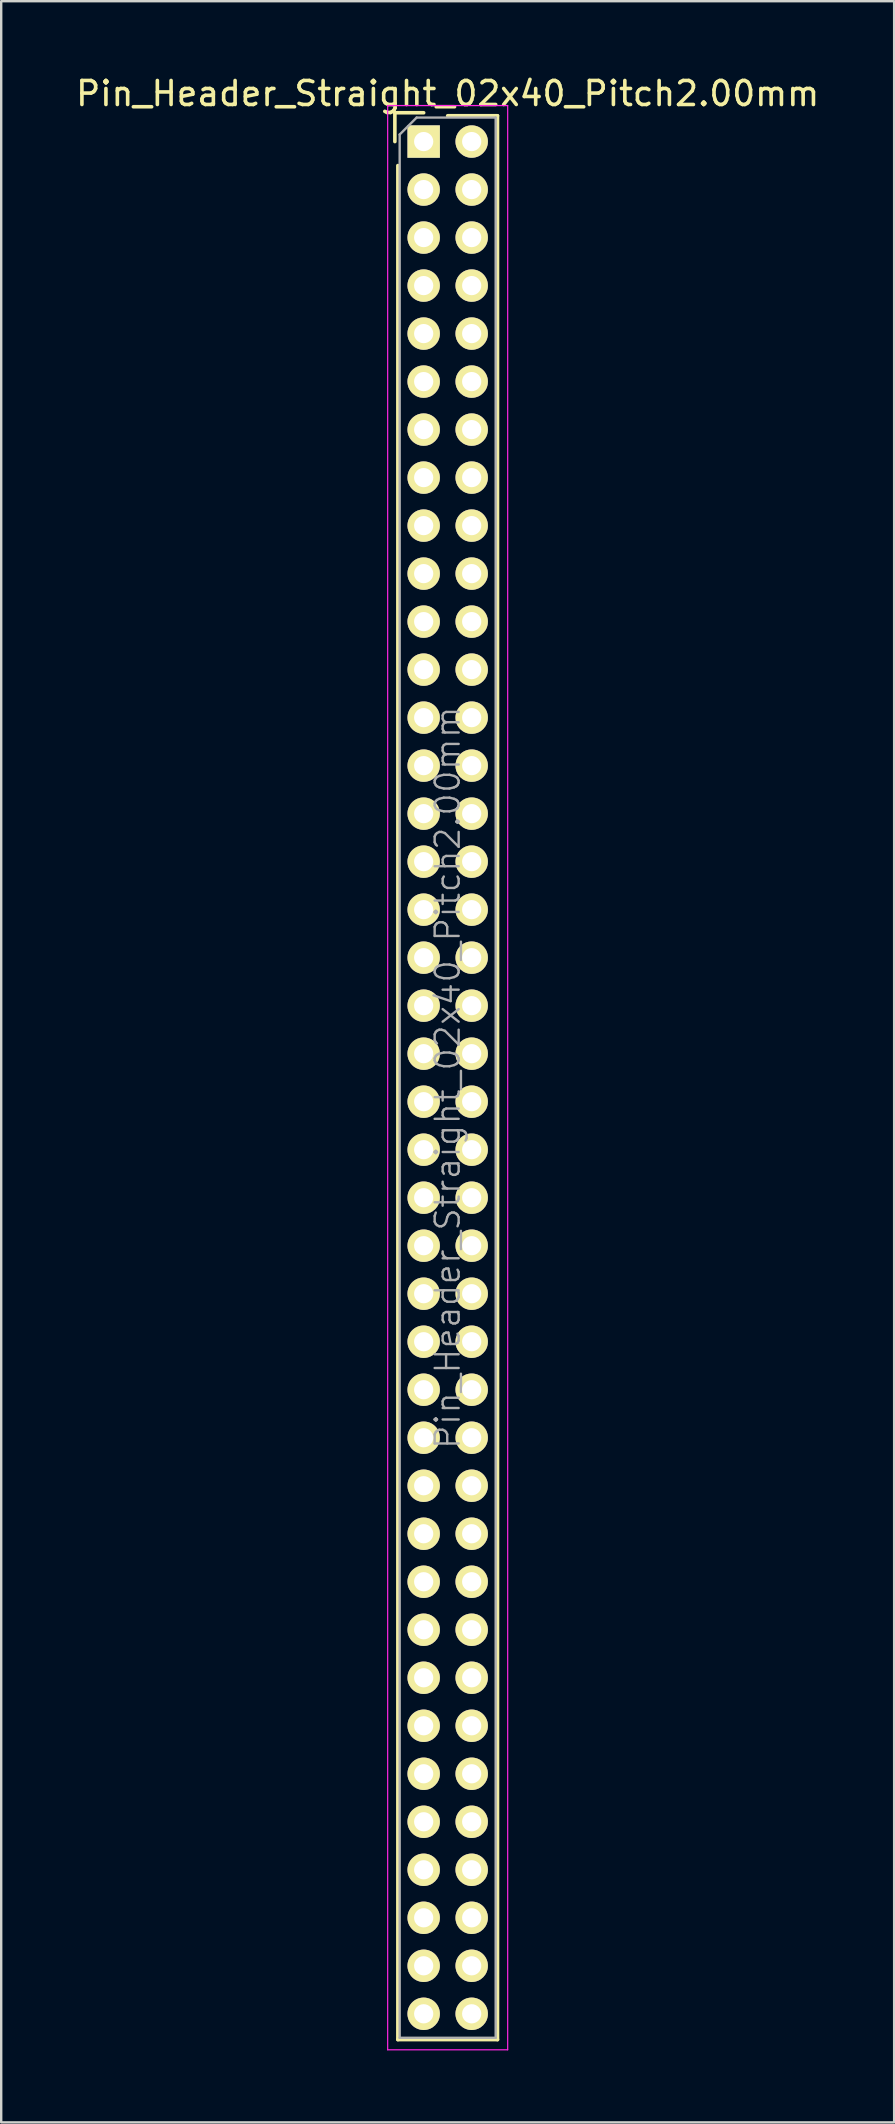
<source format=kicad_pcb>
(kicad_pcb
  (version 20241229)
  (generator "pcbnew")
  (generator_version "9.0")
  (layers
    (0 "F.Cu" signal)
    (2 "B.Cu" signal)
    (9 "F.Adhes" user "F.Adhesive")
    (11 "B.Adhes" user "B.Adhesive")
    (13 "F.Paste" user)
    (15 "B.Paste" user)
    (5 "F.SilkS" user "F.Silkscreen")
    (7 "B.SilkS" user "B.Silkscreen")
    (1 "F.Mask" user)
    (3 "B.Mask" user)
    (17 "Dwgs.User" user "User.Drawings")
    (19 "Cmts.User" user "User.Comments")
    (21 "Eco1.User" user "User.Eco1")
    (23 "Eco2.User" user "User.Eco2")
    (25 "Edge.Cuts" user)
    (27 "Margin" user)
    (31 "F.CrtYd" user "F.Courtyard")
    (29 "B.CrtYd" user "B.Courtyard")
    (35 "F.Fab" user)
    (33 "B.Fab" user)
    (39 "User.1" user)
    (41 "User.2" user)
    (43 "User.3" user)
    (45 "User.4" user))
  (footprint "Pin_Header_Straight_02x40_Pitch2.00mm"
    (layer "F.Cu")
    (at 14.601 2.848)
    (property "Reference" "Pin_Header_Straight_02x40_Pitch2.00mm" (at 1 -2 0) (layer "F.SilkS") (effects (font (size 1 1) (thickness 0.15))))
    (attr smd)
    (fp_line (start -1.2 -1.2) (end -1.2 0) (stroke (width 0.15) (type solid)) (layer "F.SilkS"))
    (fp_line (start -1.2 -1.2) (end 0 -1.2) (stroke (width 0.15) (type solid)) (layer "F.SilkS"))
    (fp_line (start -1.075 1) (end -1.075 79.075) (stroke (width 0.15) (type solid)) (layer "F.SilkS"))
    (fp_line (start -1.075 79.075) (end 3.075 79.075) (stroke (width 0.15) (type solid)) (layer "F.SilkS"))
    (fp_line (start 1 -1.075) (end 3.075 -1.075) (stroke (width 0.15) (type solid)) (layer "F.SilkS"))
    (fp_line (start 3.075 -1.075) (end 3.075 79.075) (stroke (width 0.15) (type solid)) (layer "F.SilkS"))
    (fp_line (start -1.5 -1.5) (end -1.5 79.5) (stroke (width 0.05) (type solid)) (layer "F.CrtYd"))
    (fp_line (start 3.5 -1.5) (end -1.5 -1.5) (stroke (width 0.05) (type solid)) (layer "F.CrtYd"))
    (fp_line (start 3.5 -1.5) (end 3.5 79.5) (stroke (width 0.05) (type solid)) (layer "F.CrtYd"))
    (fp_line (start 3.5 79.5) (end -1.5 79.5) (stroke (width 0.05) (type solid)) (layer "F.CrtYd"))
    (fp_line (start -1 -0.293) (end -0.293 -1) (stroke (width 0.1) (type solid)) (layer "F.Fab"))
    (fp_line (start -1 79) (end -1 -0.293) (stroke (width 0.1) (type solid)) (layer "F.Fab"))
    (fp_line (start 3 -1) (end -0.293 -1) (stroke (width 0.1) (type solid)) (layer "F.Fab"))
    (fp_line (start 3 79) (end -1 79) (stroke (width 0.1) (type solid)) (layer "F.Fab"))
    (fp_line (start 3 79) (end 3 -1) (stroke (width 0.1) (type solid)) (layer "F.Fab"))
    (fp_text user "${REFERENCE}" (at 1 39 90) (layer "F.Fab") (effects (font (size 1 1) (thickness 0.1))))
    (pad "1" thru_hole rect (at 0 0) (size 1.35 1.35) (drill 0.8) (layers "*.Cu" "*.Mask" "F.SilkS"))
    (pad "2" thru_hole oval (at 2 0) (size 1.35 1.35) (drill 0.8) (layers "*.Cu" "*.Mask" "F.SilkS"))
    (pad "3" thru_hole oval (at 0 2) (size 1.35 1.35) (drill 0.8) (layers "*.Cu" "*.Mask" "F.SilkS"))
    (pad "4" thru_hole oval (at 2 2) (size 1.35 1.35) (drill 0.8) (layers "*.Cu" "*.Mask" "F.SilkS"))
    (pad "5" thru_hole oval (at 0 4) (size 1.35 1.35) (drill 0.8) (layers "*.Cu" "*.Mask" "F.SilkS"))
    (pad "6" thru_hole oval (at 2 4) (size 1.35 1.35) (drill 0.8) (layers "*.Cu" "*.Mask" "F.SilkS"))
    (pad "7" thru_hole oval (at 0 6) (size 1.35 1.35) (drill 0.8) (layers "*.Cu" "*.Mask" "F.SilkS"))
    (pad "8" thru_hole oval (at 2 6) (size 1.35 1.35) (drill 0.8) (layers "*.Cu" "*.Mask" "F.SilkS"))
    (pad "9" thru_hole oval (at 0 8) (size 1.35 1.35) (drill 0.8) (layers "*.Cu" "*.Mask" "F.SilkS"))
    (pad "10" thru_hole oval (at 2 8) (size 1.35 1.35) (drill 0.8) (layers "*.Cu" "*.Mask" "F.SilkS"))
    (pad "11" thru_hole oval (at 0 10) (size 1.35 1.35) (drill 0.8) (layers "*.Cu" "*.Mask" "F.SilkS"))
    (pad "12" thru_hole oval (at 2 10) (size 1.35 1.35) (drill 0.8) (layers "*.Cu" "*.Mask" "F.SilkS"))
    (pad "13" thru_hole oval (at 0 12) (size 1.35 1.35) (drill 0.8) (layers "*.Cu" "*.Mask" "F.SilkS"))
    (pad "14" thru_hole oval (at 2 12) (size 1.35 1.35) (drill 0.8) (layers "*.Cu" "*.Mask" "F.SilkS"))
    (pad "15" thru_hole oval (at 0 14) (size 1.35 1.35) (drill 0.8) (layers "*.Cu" "*.Mask" "F.SilkS"))
    (pad "16" thru_hole oval (at 2 14) (size 1.35 1.35) (drill 0.8) (layers "*.Cu" "*.Mask" "F.SilkS"))
    (pad "17" thru_hole oval (at 0 16) (size 1.35 1.35) (drill 0.8) (layers "*.Cu" "*.Mask" "F.SilkS"))
    (pad "18" thru_hole oval (at 2 16) (size 1.35 1.35) (drill 0.8) (layers "*.Cu" "*.Mask" "F.SilkS"))
    (pad "19" thru_hole oval (at 0 18) (size 1.35 1.35) (drill 0.8) (layers "*.Cu" "*.Mask" "F.SilkS"))
    (pad "20" thru_hole oval (at 2 18) (size 1.35 1.35) (drill 0.8) (layers "*.Cu" "*.Mask" "F.SilkS"))
    (pad "21" thru_hole oval (at 0 20) (size 1.35 1.35) (drill 0.8) (layers "*.Cu" "*.Mask" "F.SilkS"))
    (pad "22" thru_hole oval (at 2 20) (size 1.35 1.35) (drill 0.8) (layers "*.Cu" "*.Mask" "F.SilkS"))
    (pad "23" thru_hole oval (at 0 22) (size 1.35 1.35) (drill 0.8) (layers "*.Cu" "*.Mask" "F.SilkS"))
    (pad "24" thru_hole oval (at 2 22) (size 1.35 1.35) (drill 0.8) (layers "*.Cu" "*.Mask" "F.SilkS"))
    (pad "25" thru_hole oval (at 0 24) (size 1.35 1.35) (drill 0.8) (layers "*.Cu" "*.Mask" "F.SilkS"))
    (pad "26" thru_hole oval (at 2 24) (size 1.35 1.35) (drill 0.8) (layers "*.Cu" "*.Mask" "F.SilkS"))
    (pad "27" thru_hole oval (at 0 26) (size 1.35 1.35) (drill 0.8) (layers "*.Cu" "*.Mask" "F.SilkS"))
    (pad "28" thru_hole oval (at 2 26) (size 1.35 1.35) (drill 0.8) (layers "*.Cu" "*.Mask" "F.SilkS"))
    (pad "29" thru_hole oval (at 0 28) (size 1.35 1.35) (drill 0.8) (layers "*.Cu" "*.Mask" "F.SilkS"))
    (pad "30" thru_hole oval (at 2 28) (size 1.35 1.35) (drill 0.8) (layers "*.Cu" "*.Mask" "F.SilkS"))
    (pad "31" thru_hole oval (at 0 30) (size 1.35 1.35) (drill 0.8) (layers "*.Cu" "*.Mask" "F.SilkS"))
    (pad "32" thru_hole oval (at 2 30) (size 1.35 1.35) (drill 0.8) (layers "*.Cu" "*.Mask" "F.SilkS"))
    (pad "33" thru_hole oval (at 0 32) (size 1.35 1.35) (drill 0.8) (layers "*.Cu" "*.Mask" "F.SilkS"))
    (pad "34" thru_hole oval (at 2 32) (size 1.35 1.35) (drill 0.8) (layers "*.Cu" "*.Mask" "F.SilkS"))
    (pad "35" thru_hole oval (at 0 34) (size 1.35 1.35) (drill 0.8) (layers "*.Cu" "*.Mask" "F.SilkS"))
    (pad "36" thru_hole oval (at 2 34) (size 1.35 1.35) (drill 0.8) (layers "*.Cu" "*.Mask" "F.SilkS"))
    (pad "37" thru_hole oval (at 0 36) (size 1.35 1.35) (drill 0.8) (layers "*.Cu" "*.Mask" "F.SilkS"))
    (pad "38" thru_hole oval (at 2 36) (size 1.35 1.35) (drill 0.8) (layers "*.Cu" "*.Mask" "F.SilkS"))
    (pad "39" thru_hole oval (at 0 38) (size 1.35 1.35) (drill 0.8) (layers "*.Cu" "*.Mask" "F.SilkS"))
    (pad "40" thru_hole oval (at 2 38) (size 1.35 1.35) (drill 0.8) (layers "*.Cu" "*.Mask" "F.SilkS"))
    (pad "41" thru_hole oval (at 0 40) (size 1.35 1.35) (drill 0.8) (layers "*.Cu" "*.Mask" "F.SilkS"))
    (pad "42" thru_hole oval (at 2 40) (size 1.35 1.35) (drill 0.8) (layers "*.Cu" "*.Mask" "F.SilkS"))
    (pad "43" thru_hole oval (at 0 42) (size 1.35 1.35) (drill 0.8) (layers "*.Cu" "*.Mask" "F.SilkS"))
    (pad "44" thru_hole oval (at 2 42) (size 1.35 1.35) (drill 0.8) (layers "*.Cu" "*.Mask" "F.SilkS"))
    (pad "45" thru_hole oval (at 0 44) (size 1.35 1.35) (drill 0.8) (layers "*.Cu" "*.Mask" "F.SilkS"))
    (pad "46" thru_hole oval (at 2 44) (size 1.35 1.35) (drill 0.8) (layers "*.Cu" "*.Mask" "F.SilkS"))
    (pad "47" thru_hole oval (at 0 46) (size 1.35 1.35) (drill 0.8) (layers "*.Cu" "*.Mask" "F.SilkS"))
    (pad "48" thru_hole oval (at 2 46) (size 1.35 1.35) (drill 0.8) (layers "*.Cu" "*.Mask" "F.SilkS"))
    (pad "49" thru_hole oval (at 0 48) (size 1.35 1.35) (drill 0.8) (layers "*.Cu" "*.Mask" "F.SilkS"))
    (pad "50" thru_hole oval (at 2 48) (size 1.35 1.35) (drill 0.8) (layers "*.Cu" "*.Mask" "F.SilkS"))
    (pad "51" thru_hole oval (at 0 50) (size 1.35 1.35) (drill 0.8) (layers "*.Cu" "*.Mask" "F.SilkS"))
    (pad "52" thru_hole oval (at 2 50) (size 1.35 1.35) (drill 0.8) (layers "*.Cu" "*.Mask" "F.SilkS"))
    (pad "53" thru_hole oval (at 0 52) (size 1.35 1.35) (drill 0.8) (layers "*.Cu" "*.Mask" "F.SilkS"))
    (pad "54" thru_hole oval (at 2 52) (size 1.35 1.35) (drill 0.8) (layers "*.Cu" "*.Mask" "F.SilkS"))
    (pad "55" thru_hole oval (at 0 54) (size 1.35 1.35) (drill 0.8) (layers "*.Cu" "*.Mask" "F.SilkS"))
    (pad "56" thru_hole oval (at 2 54) (size 1.35 1.35) (drill 0.8) (layers "*.Cu" "*.Mask" "F.SilkS"))
    (pad "57" thru_hole oval (at 0 56) (size 1.35 1.35) (drill 0.8) (layers "*.Cu" "*.Mask" "F.SilkS"))
    (pad "58" thru_hole oval (at 2 56) (size 1.35 1.35) (drill 0.8) (layers "*.Cu" "*.Mask" "F.SilkS"))
    (pad "59" thru_hole oval (at 0 58) (size 1.35 1.35) (drill 0.8) (layers "*.Cu" "*.Mask" "F.SilkS"))
    (pad "60" thru_hole oval (at 2 58) (size 1.35 1.35) (drill 0.8) (layers "*.Cu" "*.Mask" "F.SilkS"))
    (pad "61" thru_hole oval (at 0 60) (size 1.35 1.35) (drill 0.8) (layers "*.Cu" "*.Mask" "F.SilkS"))
    (pad "62" thru_hole oval (at 2 60) (size 1.35 1.35) (drill 0.8) (layers "*.Cu" "*.Mask" "F.SilkS"))
    (pad "63" thru_hole oval (at 0 62) (size 1.35 1.35) (drill 0.8) (layers "*.Cu" "*.Mask" "F.SilkS"))
    (pad "64" thru_hole oval (at 2 62) (size 1.35 1.35) (drill 0.8) (layers "*.Cu" "*.Mask" "F.SilkS"))
    (pad "65" thru_hole oval (at 0 64) (size 1.35 1.35) (drill 0.8) (layers "*.Cu" "*.Mask" "F.SilkS"))
    (pad "66" thru_hole oval (at 2 64) (size 1.35 1.35) (drill 0.8) (layers "*.Cu" "*.Mask" "F.SilkS"))
    (pad "67" thru_hole oval (at 0 66) (size 1.35 1.35) (drill 0.8) (layers "*.Cu" "*.Mask" "F.SilkS"))
    (pad "68" thru_hole oval (at 2 66) (size 1.35 1.35) (drill 0.8) (layers "*.Cu" "*.Mask" "F.SilkS"))
    (pad "69" thru_hole oval (at 0 68) (size 1.35 1.35) (drill 0.8) (layers "*.Cu" "*.Mask" "F.SilkS"))
    (pad "70" thru_hole oval (at 2 68) (size 1.35 1.35) (drill 0.8) (layers "*.Cu" "*.Mask" "F.SilkS"))
    (pad "71" thru_hole oval (at 0 70) (size 1.35 1.35) (drill 0.8) (layers "*.Cu" "*.Mask" "F.SilkS"))
    (pad "72" thru_hole oval (at 2 70) (size 1.35 1.35) (drill 0.8) (layers "*.Cu" "*.Mask" "F.SilkS"))
    (pad "73" thru_hole oval (at 0 72) (size 1.35 1.35) (drill 0.8) (layers "*.Cu" "*.Mask" "F.SilkS"))
    (pad "74" thru_hole oval (at 2 72) (size 1.35 1.35) (drill 0.8) (layers "*.Cu" "*.Mask" "F.SilkS"))
    (pad "75" thru_hole oval (at 0 74) (size 1.35 1.35) (drill 0.8) (layers "*.Cu" "*.Mask" "F.SilkS"))
    (pad "76" thru_hole oval (at 2 74) (size 1.35 1.35) (drill 0.8) (layers "*.Cu" "*.Mask" "F.SilkS"))
    (pad "77" thru_hole oval (at 0 76) (size 1.35 1.35) (drill 0.8) (layers "*.Cu" "*.Mask" "F.SilkS"))
    (pad "78" thru_hole oval (at 2 76) (size 1.35 1.35) (drill 0.8) (layers "*.Cu" "*.Mask" "F.SilkS"))
    (pad "79" thru_hole oval (at 0 78) (size 1.35 1.35) (drill 0.8) (layers "*.Cu" "*.Mask" "F.SilkS"))
    (pad "80" thru_hole oval (at 2 78) (size 1.35 1.35) (drill 0.8) (layers "*.Cu" "*.Mask" "F.SilkS")))
  (gr_rect
    (start -3 -3)
    (end 34.202 85.373)
    (stroke (width 0.1) (type default))
    (fill no)
    (layer "Edge.Cuts")))
</source>
